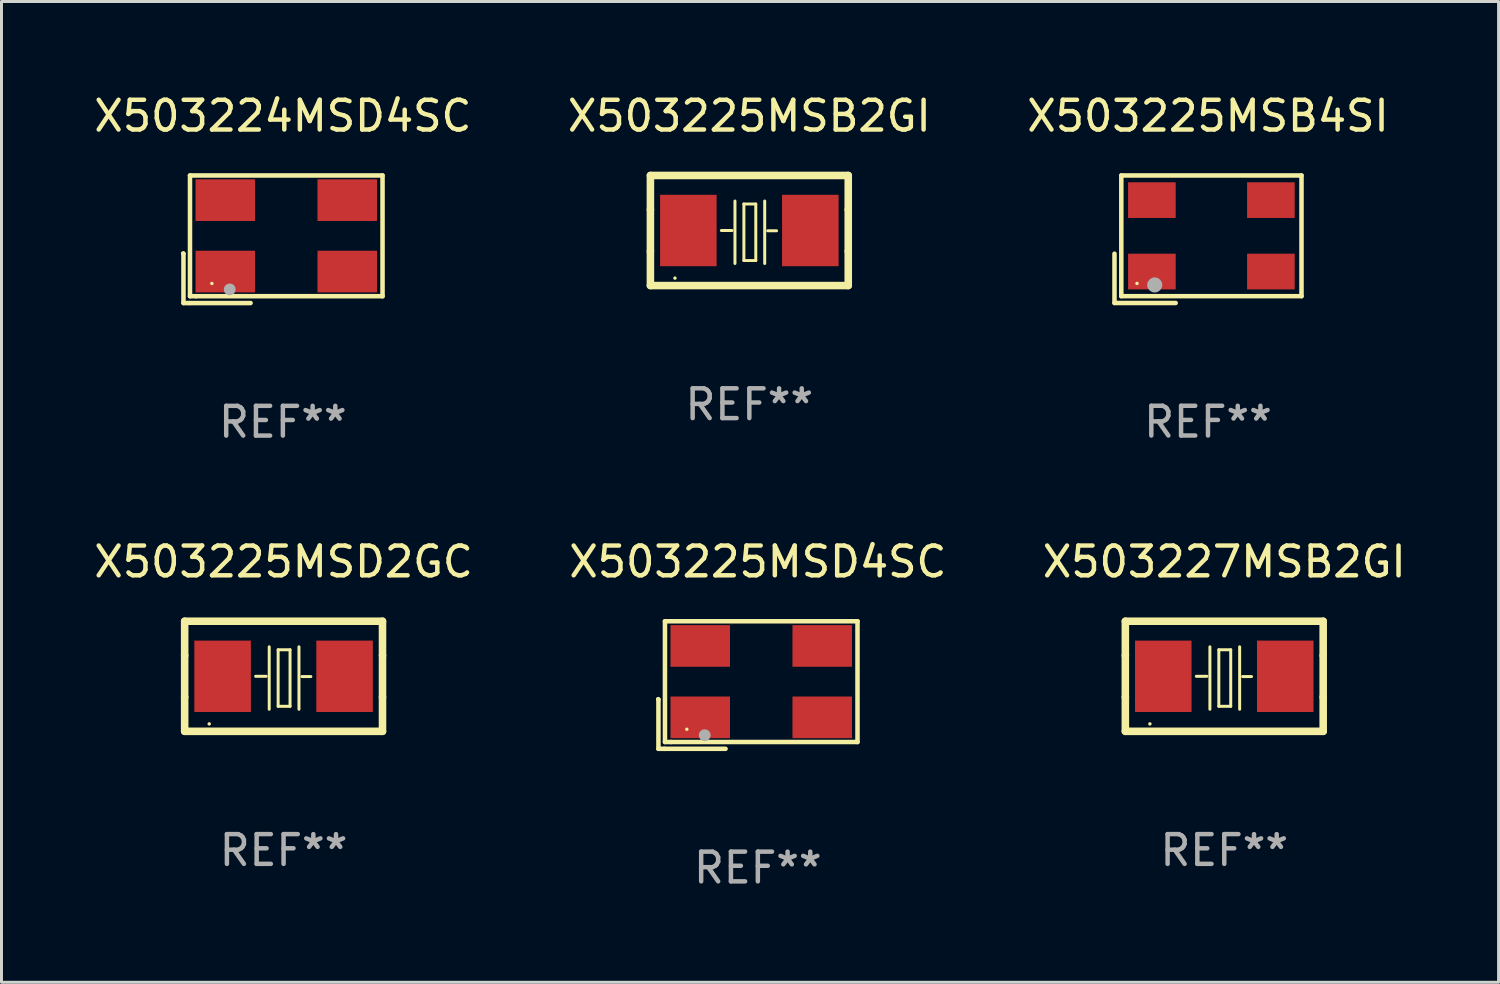
<source format=kicad_pcb>
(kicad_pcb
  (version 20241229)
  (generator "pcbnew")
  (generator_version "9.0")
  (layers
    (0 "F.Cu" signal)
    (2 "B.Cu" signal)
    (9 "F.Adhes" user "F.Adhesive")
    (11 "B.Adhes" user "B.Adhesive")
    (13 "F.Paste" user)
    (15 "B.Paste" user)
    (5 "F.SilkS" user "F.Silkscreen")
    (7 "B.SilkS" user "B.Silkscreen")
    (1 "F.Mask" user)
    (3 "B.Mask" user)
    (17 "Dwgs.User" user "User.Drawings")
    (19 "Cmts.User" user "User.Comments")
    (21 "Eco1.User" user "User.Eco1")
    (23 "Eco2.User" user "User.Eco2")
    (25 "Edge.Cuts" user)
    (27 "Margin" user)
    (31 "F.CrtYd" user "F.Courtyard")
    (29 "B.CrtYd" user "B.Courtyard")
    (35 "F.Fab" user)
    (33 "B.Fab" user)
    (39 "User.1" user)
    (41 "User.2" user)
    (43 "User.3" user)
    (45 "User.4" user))
  (footprint "X503224MSD4SC"
    (layer "F.Cu")
    (at 6.458 4.992)
    (property "Reference" "X503224MSD4SC" (at 0 -4.144 0) (layer "F.SilkS") (effects (font (size 1 1) (thickness 0.15))))
    (attr through_hole)
    (fp_line (start -3.35 0.476) (end -3.341 0.485) (stroke (width 0.152) (type solid)) (layer "F.SilkS"))
    (fp_line (start -3.341 0.485) (end -3.341 2.144) (stroke (width 0.152) (type solid)) (layer "F.SilkS"))
    (fp_line (start -3.341 2.144) (end -3.143 2.144) (stroke (width 0.152) (type solid)) (layer "F.SilkS"))
    (fp_line (start -3.143 2.144) (end -1.085 2.144) (stroke (width 0.152) (type solid)) (layer "F.SilkS"))
    (fp_line (start -3.122 -2.144) (end 3.35 -2.144) (stroke (width 0.152) (type solid)) (layer "F.SilkS"))
    (fp_line (start -3.122 1.915) (end -3.122 -2.144) (stroke (width 0.152) (type solid)) (layer "F.SilkS"))
    (fp_line (start -2.914 1.915) (end -3.122 1.915) (stroke (width 0.152) (type solid)) (layer "F.SilkS"))
    (fp_line (start 3.35 -2.144) (end 3.35 1.915) (stroke (width 0.152) (type solid)) (layer "F.SilkS"))
    (fp_line (start 3.35 1.915) (end -2.914 1.915) (stroke (width 0.152) (type solid)) (layer "F.SilkS"))
    (fp_circle (center -2.386 1.486) (end -2.356 1.486) (stroke (width 0.06) (type solid)) (fill no) (layer "F.SilkS"))
    (fp_circle (center -1.786 1.686) (end -1.686 1.686) (stroke (width 0.2) (type solid)) (fill no) (layer "F.Fab"))
    (fp_text user "REF**" (at 0 6.144 0) (layer "F.Fab") (effects (font (size 1 1) (thickness 0.15))))
    (pad "1" smd rect (at -1.936 1.086) (size 2 1.4) (layers "F.Cu" "F.Mask" "F.Paste"))
    (pad "2" smd rect (at 2.164 1.086) (size 2 1.4) (layers "F.Cu" "F.Mask" "F.Paste"))
    (pad "3" smd rect (at 2.164 -1.314) (size 2 1.4) (layers "F.Cu" "F.Mask" "F.Paste"))
    (pad "4" smd rect (at -1.936 -1.314) (size 2 1.4) (layers "F.Cu" "F.Mask" "F.Paste")))
  (footprint "X503225MSB2GI"
    (layer "F.Cu")
    (at 22.137 4.698)
    (property "Reference" "X503225MSB2GI" (at 0 -3.85 0) (layer "F.SilkS") (effects (font (size 1 1) (thickness 0.15))))
    (attr through_hole)
    (fp_line (start -3.325 0.7) (end -3.325 -0.7) (stroke (width 0.254) (type solid)) (layer "F.SilkS"))
    (fp_line (start -3.325 -1.85) (end 3.325 -1.85) (stroke (width 0.254) (type solid)) (layer "F.SilkS"))
    (fp_line (start -3.325 -0.7) (end -3.325 -1.85) (stroke (width 0.254) (type solid)) (layer "F.SilkS"))
    (fp_line (start -3.325 1.85) (end -3.325 0.7) (stroke (width 0.254) (type solid)) (layer "F.SilkS"))
    (fp_line (start -0.94 -0.000127) (end -0.584 -0.000127) (stroke (width 0.1) (type solid)) (layer "F.SilkS"))
    (fp_line (start -0.483 -0.991) (end -0.483 1.109) (stroke (width 0.1) (type solid)) (layer "F.SilkS"))
    (fp_line (start -0.183 -0.891) (end -0.183 1.009) (stroke (width 0.1) (type solid)) (layer "F.SilkS"))
    (fp_line (start -0.183 1.009) (end 0.217 1.009) (stroke (width 0.1) (type solid)) (layer "F.SilkS"))
    (fp_line (start 0.217 -0.891) (end -0.183 -0.891) (stroke (width 0.1) (type solid)) (layer "F.SilkS"))
    (fp_line (start 0.217 1.009) (end 0.217 -0.891) (stroke (width 0.1) (type solid)) (layer "F.SilkS"))
    (fp_line (start 0.517 -0.991) (end 0.517 1.109) (stroke (width 0.1) (type solid)) (layer "F.SilkS"))
    (fp_line (start 0.617 0.009) (end 0.917 0.009) (stroke (width 0.1) (type solid)) (layer "F.SilkS"))
    (fp_line (start 3.325 -1.85) (end 3.325 -0.7) (stroke (width 0.254) (type solid)) (layer "F.SilkS"))
    (fp_line (start 3.325 0.7) (end 3.325 1.85) (stroke (width 0.254) (type solid)) (layer "F.SilkS"))
    (fp_line (start 3.325 1.85) (end -3.325 1.85) (stroke (width 0.254) (type solid)) (layer "F.SilkS"))
    (fp_line (start 3.325 -0.7) (end 3.325 0.7) (stroke (width 0.254) (type solid)) (layer "F.SilkS"))
    (fp_circle (center -2.5 1.6) (end -2.47 1.6) (stroke (width 0.06) (type solid)) (fill no) (layer "F.SilkS"))
    (fp_text user "REF**" (at 0 5.85 0) (layer "F.Fab") (effects (font (size 1 1) (thickness 0.15))))
    (pad "1" smd rect (at -2.05 -0.000127) (size 1.9 2.4) (layers "F.Cu" "F.Mask" "F.Paste"))
    (pad "2" smd rect (at 2.05 -0.000127) (size 1.9 2.4) (layers "F.Cu" "F.Mask" "F.Paste")))
  (footprint "X503225MSD2GC"
    (layer "F.Cu")
    (at 6.482 19.682)
    (property "Reference" "X503225MSD2GC" (at 0 -3.85 0) (layer "F.SilkS") (effects (font (size 1 1) (thickness 0.15))))
    (attr through_hole)
    (fp_line (start -3.325 0.7) (end -3.325 -0.7) (stroke (width 0.254) (type solid)) (layer "F.SilkS"))
    (fp_line (start -3.325 -1.85) (end 3.325 -1.85) (stroke (width 0.254) (type solid)) (layer "F.SilkS"))
    (fp_line (start -3.325 -0.7) (end -3.325 -1.85) (stroke (width 0.254) (type solid)) (layer "F.SilkS"))
    (fp_line (start -3.325 1.85) (end -3.325 0.7) (stroke (width 0.254) (type solid)) (layer "F.SilkS"))
    (fp_line (start -0.94 -0.000127) (end -0.584 -0.000127) (stroke (width 0.1) (type solid)) (layer "F.SilkS"))
    (fp_line (start -0.483 -0.991) (end -0.483 1.109) (stroke (width 0.1) (type solid)) (layer "F.SilkS"))
    (fp_line (start -0.183 -0.891) (end -0.183 1.009) (stroke (width 0.1) (type solid)) (layer "F.SilkS"))
    (fp_line (start -0.183 1.009) (end 0.217 1.009) (stroke (width 0.1) (type solid)) (layer "F.SilkS"))
    (fp_line (start 0.217 -0.891) (end -0.183 -0.891) (stroke (width 0.1) (type solid)) (layer "F.SilkS"))
    (fp_line (start 0.217 1.009) (end 0.217 -0.891) (stroke (width 0.1) (type solid)) (layer "F.SilkS"))
    (fp_line (start 0.517 -0.991) (end 0.517 1.109) (stroke (width 0.1) (type solid)) (layer "F.SilkS"))
    (fp_line (start 0.617 0.009) (end 0.917 0.009) (stroke (width 0.1) (type solid)) (layer "F.SilkS"))
    (fp_line (start 3.325 -1.85) (end 3.325 -0.7) (stroke (width 0.254) (type solid)) (layer "F.SilkS"))
    (fp_line (start 3.325 0.7) (end 3.325 1.85) (stroke (width 0.254) (type solid)) (layer "F.SilkS"))
    (fp_line (start 3.325 1.85) (end -3.325 1.85) (stroke (width 0.254) (type solid)) (layer "F.SilkS"))
    (fp_line (start 3.325 -0.7) (end 3.325 0.7) (stroke (width 0.254) (type solid)) (layer "F.SilkS"))
    (fp_circle (center -2.5 1.6) (end -2.47 1.6) (stroke (width 0.06) (type solid)) (fill no) (layer "F.SilkS"))
    (fp_text user "REF**" (at 0 5.85 0) (layer "F.Fab") (effects (font (size 1 1) (thickness 0.15))))
    (pad "1" smd rect (at -2.05 -0.000127) (size 1.9 2.4) (layers "F.Cu" "F.Mask" "F.Paste"))
    (pad "2" smd rect (at 2.05 -0.000127) (size 1.9 2.4) (layers "F.Cu" "F.Mask" "F.Paste")))
  (footprint "X503227MSB2GI"
    (layer "F.Cu")
    (at 38.101 19.682)
    (property "Reference" "X503227MSB2GI" (at 0 -3.85 0) (layer "F.SilkS") (effects (font (size 1 1) (thickness 0.15))))
    (attr through_hole)
    (fp_line (start -3.325 0.7) (end -3.325 -0.7) (stroke (width 0.254) (type solid)) (layer "F.SilkS"))
    (fp_line (start -3.325 -1.85) (end 3.325 -1.85) (stroke (width 0.254) (type solid)) (layer "F.SilkS"))
    (fp_line (start -3.325 -0.7) (end -3.325 -1.85) (stroke (width 0.254) (type solid)) (layer "F.SilkS"))
    (fp_line (start -3.325 1.85) (end -3.325 0.7) (stroke (width 0.254) (type solid)) (layer "F.SilkS"))
    (fp_line (start -0.94 -0.000127) (end -0.584 -0.000127) (stroke (width 0.1) (type solid)) (layer "F.SilkS"))
    (fp_line (start -0.483 -0.991) (end -0.483 1.109) (stroke (width 0.1) (type solid)) (layer "F.SilkS"))
    (fp_line (start -0.183 -0.891) (end -0.183 1.009) (stroke (width 0.1) (type solid)) (layer "F.SilkS"))
    (fp_line (start -0.183 1.009) (end 0.217 1.009) (stroke (width 0.1) (type solid)) (layer "F.SilkS"))
    (fp_line (start 0.217 -0.891) (end -0.183 -0.891) (stroke (width 0.1) (type solid)) (layer "F.SilkS"))
    (fp_line (start 0.217 1.009) (end 0.217 -0.891) (stroke (width 0.1) (type solid)) (layer "F.SilkS"))
    (fp_line (start 0.517 -0.991) (end 0.517 1.109) (stroke (width 0.1) (type solid)) (layer "F.SilkS"))
    (fp_line (start 0.617 0.009) (end 0.917 0.009) (stroke (width 0.1) (type solid)) (layer "F.SilkS"))
    (fp_line (start 3.325 -1.85) (end 3.325 -0.7) (stroke (width 0.254) (type solid)) (layer "F.SilkS"))
    (fp_line (start 3.325 0.7) (end 3.325 1.85) (stroke (width 0.254) (type solid)) (layer "F.SilkS"))
    (fp_line (start 3.325 1.85) (end -3.325 1.85) (stroke (width 0.254) (type solid)) (layer "F.SilkS"))
    (fp_line (start 3.325 -0.7) (end 3.325 0.7) (stroke (width 0.254) (type solid)) (layer "F.SilkS"))
    (fp_circle (center -2.5 1.6) (end -2.47 1.6) (stroke (width 0.06) (type solid)) (fill no) (layer "F.SilkS"))
    (fp_text user "REF**" (at 0 5.85 0) (layer "F.Fab") (effects (font (size 1 1) (thickness 0.15))))
    (pad "1" smd rect (at -2.05 -0.000127) (size 1.9 2.4) (layers "F.Cu" "F.Mask" "F.Paste"))
    (pad "2" smd rect (at 2.05 -0.000127) (size 1.9 2.4) (layers "F.Cu" "F.Mask" "F.Paste")))
  (footprint "X503225MSD4SC"
    (layer "F.Cu")
    (at 22.423 19.976)
    (property "Reference" "X503225MSD4SC" (at 0 -4.144 0) (layer "F.SilkS") (effects (font (size 1 1) (thickness 0.15))))
    (attr through_hole)
    (fp_line (start -3.35 0.476) (end -3.341 0.485) (stroke (width 0.152) (type solid)) (layer "F.SilkS"))
    (fp_line (start -3.341 0.485) (end -3.341 2.144) (stroke (width 0.152) (type solid)) (layer "F.SilkS"))
    (fp_line (start -3.341 2.144) (end -3.143 2.144) (stroke (width 0.152) (type solid)) (layer "F.SilkS"))
    (fp_line (start -3.143 2.144) (end -1.085 2.144) (stroke (width 0.152) (type solid)) (layer "F.SilkS"))
    (fp_line (start -3.122 -2.144) (end 3.35 -2.144) (stroke (width 0.152) (type solid)) (layer "F.SilkS"))
    (fp_line (start -3.122 1.915) (end -3.122 -2.144) (stroke (width 0.152) (type solid)) (layer "F.SilkS"))
    (fp_line (start -2.914 1.915) (end -3.122 1.915) (stroke (width 0.152) (type solid)) (layer "F.SilkS"))
    (fp_line (start 3.35 -2.144) (end 3.35 1.915) (stroke (width 0.152) (type solid)) (layer "F.SilkS"))
    (fp_line (start 3.35 1.915) (end -2.914 1.915) (stroke (width 0.152) (type solid)) (layer "F.SilkS"))
    (fp_circle (center -2.386 1.486) (end -2.356 1.486) (stroke (width 0.06) (type solid)) (fill no) (layer "F.SilkS"))
    (fp_circle (center -1.786 1.686) (end -1.686 1.686) (stroke (width 0.2) (type solid)) (fill no) (layer "F.Fab"))
    (fp_text user "REF**" (at 0 6.144 0) (layer "F.Fab") (effects (font (size 1 1) (thickness 0.15))))
    (pad "1" smd rect (at -1.936 1.086) (size 2 1.4) (layers "F.Cu" "F.Mask" "F.Paste"))
    (pad "2" smd rect (at 2.164 1.086) (size 2 1.4) (layers "F.Cu" "F.Mask" "F.Paste"))
    (pad "3" smd rect (at 2.164 -1.314) (size 2 1.4) (layers "F.Cu" "F.Mask" "F.Paste"))
    (pad "4" smd rect (at -1.936 -1.314) (size 2 1.4) (layers "F.Cu" "F.Mask" "F.Paste")))
  (footprint "X503225MSB4SI"
    (layer "F.Cu")
    (at 37.554 4.991)
    (property "Reference" "X503225MSB4SI" (at 0 -4.143 0) (layer "F.SilkS") (effects (font (size 1 1) (thickness 0.15))))
    (attr through_hole)
    (fp_line (start -3.143 0.486) (end -3.143 2.143) (stroke (width 0.152) (type solid)) (layer "F.SilkS"))
    (fp_line (start -3.143 2.143) (end -1.086 2.143) (stroke (width 0.152) (type solid)) (layer "F.SilkS"))
    (fp_line (start -2.914 -2.143) (end 3.143 -2.143) (stroke (width 0.152) (type solid)) (layer "F.SilkS"))
    (fp_line (start -2.914 1.914) (end -2.914 -2.143) (stroke (width 0.152) (type solid)) (layer "F.SilkS"))
    (fp_line (start 3.143 -2.143) (end 3.143 1.914) (stroke (width 0.152) (type solid)) (layer "F.SilkS"))
    (fp_line (start 3.143 1.914) (end -2.914 1.914) (stroke (width 0.152) (type solid)) (layer "F.SilkS"))
    (fp_circle (center -2.386 1.486) (end -2.356 1.486) (stroke (width 0.06) (type solid)) (fill no) (layer "F.SilkS"))
    (fp_circle (center -1.791 1.537) (end -1.664 1.537) (stroke (width 0.254) (type solid)) (fill no) (layer "F.Fab"))
    (fp_text user "REF**" (at 0 6.143 0) (layer "F.Fab") (effects (font (size 1 1) (thickness 0.15))))
    (pad "1" smd rect (at -1.886 1.086) (size 1.6 1.2) (layers "F.Cu" "F.Mask" "F.Paste"))
    (pad "2" smd rect (at 2.114 1.086) (size 1.6 1.2) (layers "F.Cu" "F.Mask" "F.Paste"))
    (pad "3" smd rect (at 2.114 -1.314) (size 1.6 1.2) (layers "F.Cu" "F.Mask" "F.Paste"))
    (pad "4" smd rect (at -1.886 -1.314) (size 1.6 1.2) (layers "F.Cu" "F.Mask" "F.Paste")))
  (gr_rect
    (start -3 -3)
    (end 47.321 29.968)
    (stroke (width 0.1) (type default))
    (fill no)
    (layer "Edge.Cuts")))
</source>
